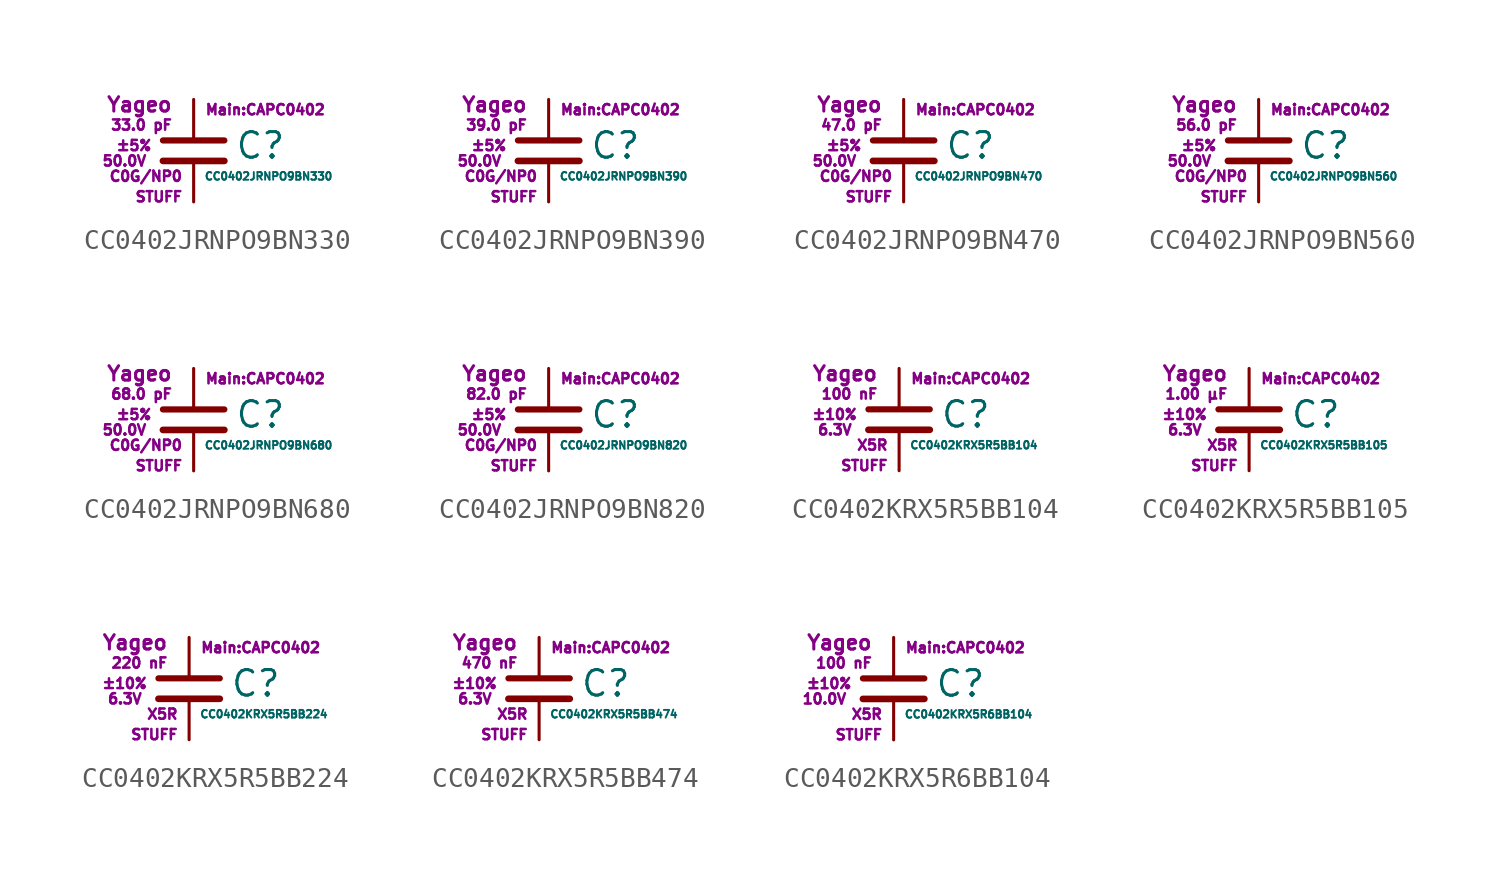
<source format=kicad_sym>
(kicad_symbol_lib
  (version 20211014)
  (generator kicad_symbol_editor)
  (symbol "CC0402JRNPO9BN330"
    (pin_numbers hide)
    (pin_names
      (offset 0.254) hide)
    (property "Reference" "C"
      (at 2.032 0.254 0)
      (effects (font (size 1.27 1.27)) (justify left)))
    (property "Value" "CC0402JRNPO9BN330"
      (at 0.508 -1.27 0)
      (effects (font (size 0.381 0.381)) (justify left)))
    (property "Footprint" "Main:CAPC0402"
      (at 3.556 2.032 0)
      (effects (font (size 0.508 0.508))))
    (property "Datasheet" ""
      (at 0.762 0.508 0)
      (effects (font (size 1.27 1.27))))
    (property "Manufacturer" "Yageo"
      (at -1.016 2.286 0)
      (effects (font (size 0.711 0.711)) (justify right)))
    (property "SKU" "STUFF"
      (at -0.508 -2.286 0)
      (effects (font (size 0.508 0.508)) (justify right)))
    (property "C" "33.0 pF"
      (at -1.016 1.27 0)
      (effects (font (size 0.508 0.508)) (justify right)))
    (property "Tol" "±5%"
      (at -2.032 0.254 0)
      (effects (font (size 0.508 0.508)) (justify right)))
    (property "Vmax" "50.0V"
      (at -2.286 -0.508 0)
      (effects (font (size 0.508 0.508)) (justify right)))
    (property "Type" "C0G/NP0"
      (at -0.508 -1.27 0)
      (effects (font (size 0.508 0.508)) (justify right)))
    (symbol "CC0402JRNPO9BN330_0_1"
      (polyline (pts (xy -1.524 -0.508) (xy 1.524 -0.508)) (stroke (width 0.33) (type default) (color 0 0 0 0)) (fill (type none)))
      (polyline (pts (xy -1.524 0.508) (xy 1.524 0.508)) (stroke (width 0.305) (type default) (color 0 0 0 0)) (fill (type none))))
    (symbol "CC0402JRNPO9BN330_1_1"
      (pin passive line (at 0 2.54 270) (length 1.905) (name "~" (effects (font (size 1.016 1.016)))) (number "1" (effects (font (size 1.016 1.016)))))
      (pin passive line (at 0 -2.54 90) (length 2.032) (name "~" (effects (font (size 1.016 1.016)))) (number "2" (effects (font (size 1.016 1.016)))))))
  (symbol "CC0402JRNPO9BN390"
    (pin_numbers hide)
    (pin_names
      (offset 0.254) hide)
    (property "Reference" "C"
      (at 2.032 0.254 0)
      (effects (font (size 1.27 1.27)) (justify left)))
    (property "Value" "CC0402JRNPO9BN390"
      (at 0.508 -1.27 0)
      (effects (font (size 0.381 0.381)) (justify left)))
    (property "Footprint" "Main:CAPC0402"
      (at 3.556 2.032 0)
      (effects (font (size 0.508 0.508))))
    (property "Datasheet" ""
      (at 0.762 0.508 0)
      (effects (font (size 1.27 1.27))))
    (property "Manufacturer" "Yageo"
      (at -1.016 2.286 0)
      (effects (font (size 0.711 0.711)) (justify right)))
    (property "SKU" "STUFF"
      (at -0.508 -2.286 0)
      (effects (font (size 0.508 0.508)) (justify right)))
    (property "C" "39.0 pF"
      (at -1.016 1.27 0)
      (effects (font (size 0.508 0.508)) (justify right)))
    (property "Tol" "±5%"
      (at -2.032 0.254 0)
      (effects (font (size 0.508 0.508)) (justify right)))
    (property "Vmax" "50.0V"
      (at -2.286 -0.508 0)
      (effects (font (size 0.508 0.508)) (justify right)))
    (property "Type" "C0G/NP0"
      (at -0.508 -1.27 0)
      (effects (font (size 0.508 0.508)) (justify right)))
    (symbol "CC0402JRNPO9BN390_0_1"
      (polyline (pts (xy -1.524 -0.508) (xy 1.524 -0.508)) (stroke (width 0.33) (type default) (color 0 0 0 0)) (fill (type none)))
      (polyline (pts (xy -1.524 0.508) (xy 1.524 0.508)) (stroke (width 0.305) (type default) (color 0 0 0 0)) (fill (type none))))
    (symbol "CC0402JRNPO9BN390_1_1"
      (pin passive line (at 0 2.54 270) (length 1.905) (name "~" (effects (font (size 1.016 1.016)))) (number "1" (effects (font (size 1.016 1.016)))))
      (pin passive line (at 0 -2.54 90) (length 2.032) (name "~" (effects (font (size 1.016 1.016)))) (number "2" (effects (font (size 1.016 1.016)))))))
  (symbol "CC0402JRNPO9BN470"
    (pin_numbers hide)
    (pin_names
      (offset 0.254) hide)
    (property "Reference" "C"
      (at 2.032 0.254 0)
      (effects (font (size 1.27 1.27)) (justify left)))
    (property "Value" "CC0402JRNPO9BN470"
      (at 0.508 -1.27 0)
      (effects (font (size 0.381 0.381)) (justify left)))
    (property "Footprint" "Main:CAPC0402"
      (at 3.556 2.032 0)
      (effects (font (size 0.508 0.508))))
    (property "Datasheet" ""
      (at 0.762 0.508 0)
      (effects (font (size 1.27 1.27))))
    (property "Manufacturer" "Yageo"
      (at -1.016 2.286 0)
      (effects (font (size 0.711 0.711)) (justify right)))
    (property "SKU" "STUFF"
      (at -0.508 -2.286 0)
      (effects (font (size 0.508 0.508)) (justify right)))
    (property "C" "47.0 pF"
      (at -1.016 1.27 0)
      (effects (font (size 0.508 0.508)) (justify right)))
    (property "Tol" "±5%"
      (at -2.032 0.254 0)
      (effects (font (size 0.508 0.508)) (justify right)))
    (property "Vmax" "50.0V"
      (at -2.286 -0.508 0)
      (effects (font (size 0.508 0.508)) (justify right)))
    (property "Type" "C0G/NP0"
      (at -0.508 -1.27 0)
      (effects (font (size 0.508 0.508)) (justify right)))
    (symbol "CC0402JRNPO9BN470_0_1"
      (polyline (pts (xy -1.524 -0.508) (xy 1.524 -0.508)) (stroke (width 0.33) (type default) (color 0 0 0 0)) (fill (type none)))
      (polyline (pts (xy -1.524 0.508) (xy 1.524 0.508)) (stroke (width 0.305) (type default) (color 0 0 0 0)) (fill (type none))))
    (symbol "CC0402JRNPO9BN470_1_1"
      (pin passive line (at 0 2.54 270) (length 1.905) (name "~" (effects (font (size 1.016 1.016)))) (number "1" (effects (font (size 1.016 1.016)))))
      (pin passive line (at 0 -2.54 90) (length 2.032) (name "~" (effects (font (size 1.016 1.016)))) (number "2" (effects (font (size 1.016 1.016)))))))
  (symbol "CC0402JRNPO9BN560"
    (pin_numbers hide)
    (pin_names
      (offset 0.254) hide)
    (property "Reference" "C"
      (at 2.032 0.254 0)
      (effects (font (size 1.27 1.27)) (justify left)))
    (property "Value" "CC0402JRNPO9BN560"
      (at 0.508 -1.27 0)
      (effects (font (size 0.381 0.381)) (justify left)))
    (property "Footprint" "Main:CAPC0402"
      (at 3.556 2.032 0)
      (effects (font (size 0.508 0.508))))
    (property "Datasheet" ""
      (at 0.762 0.508 0)
      (effects (font (size 1.27 1.27))))
    (property "Manufacturer" "Yageo"
      (at -1.016 2.286 0)
      (effects (font (size 0.711 0.711)) (justify right)))
    (property "SKU" "STUFF"
      (at -0.508 -2.286 0)
      (effects (font (size 0.508 0.508)) (justify right)))
    (property "C" "56.0 pF"
      (at -1.016 1.27 0)
      (effects (font (size 0.508 0.508)) (justify right)))
    (property "Tol" "±5%"
      (at -2.032 0.254 0)
      (effects (font (size 0.508 0.508)) (justify right)))
    (property "Vmax" "50.0V"
      (at -2.286 -0.508 0)
      (effects (font (size 0.508 0.508)) (justify right)))
    (property "Type" "C0G/NP0"
      (at -0.508 -1.27 0)
      (effects (font (size 0.508 0.508)) (justify right)))
    (symbol "CC0402JRNPO9BN560_0_1"
      (polyline (pts (xy -1.524 -0.508) (xy 1.524 -0.508)) (stroke (width 0.33) (type default) (color 0 0 0 0)) (fill (type none)))
      (polyline (pts (xy -1.524 0.508) (xy 1.524 0.508)) (stroke (width 0.305) (type default) (color 0 0 0 0)) (fill (type none))))
    (symbol "CC0402JRNPO9BN560_1_1"
      (pin passive line (at 0 2.54 270) (length 1.905) (name "~" (effects (font (size 1.016 1.016)))) (number "1" (effects (font (size 1.016 1.016)))))
      (pin passive line (at 0 -2.54 90) (length 2.032) (name "~" (effects (font (size 1.016 1.016)))) (number "2" (effects (font (size 1.016 1.016)))))))
  (symbol "CC0402JRNPO9BN680"
    (pin_numbers hide)
    (pin_names
      (offset 0.254) hide)
    (property "Reference" "C"
      (at 2.032 0.254 0)
      (effects (font (size 1.27 1.27)) (justify left)))
    (property "Value" "CC0402JRNPO9BN680"
      (at 0.508 -1.27 0)
      (effects (font (size 0.381 0.381)) (justify left)))
    (property "Footprint" "Main:CAPC0402"
      (at 3.556 2.032 0)
      (effects (font (size 0.508 0.508))))
    (property "Datasheet" ""
      (at 0.762 0.508 0)
      (effects (font (size 1.27 1.27))))
    (property "Manufacturer" "Yageo"
      (at -1.016 2.286 0)
      (effects (font (size 0.711 0.711)) (justify right)))
    (property "SKU" "STUFF"
      (at -0.508 -2.286 0)
      (effects (font (size 0.508 0.508)) (justify right)))
    (property "C" "68.0 pF"
      (at -1.016 1.27 0)
      (effects (font (size 0.508 0.508)) (justify right)))
    (property "Tol" "±5%"
      (at -2.032 0.254 0)
      (effects (font (size 0.508 0.508)) (justify right)))
    (property "Vmax" "50.0V"
      (at -2.286 -0.508 0)
      (effects (font (size 0.508 0.508)) (justify right)))
    (property "Type" "C0G/NP0"
      (at -0.508 -1.27 0)
      (effects (font (size 0.508 0.508)) (justify right)))
    (symbol "CC0402JRNPO9BN680_0_1"
      (polyline (pts (xy -1.524 -0.508) (xy 1.524 -0.508)) (stroke (width 0.33) (type default) (color 0 0 0 0)) (fill (type none)))
      (polyline (pts (xy -1.524 0.508) (xy 1.524 0.508)) (stroke (width 0.305) (type default) (color 0 0 0 0)) (fill (type none))))
    (symbol "CC0402JRNPO9BN680_1_1"
      (pin passive line (at 0 2.54 270) (length 1.905) (name "~" (effects (font (size 1.016 1.016)))) (number "1" (effects (font (size 1.016 1.016)))))
      (pin passive line (at 0 -2.54 90) (length 2.032) (name "~" (effects (font (size 1.016 1.016)))) (number "2" (effects (font (size 1.016 1.016)))))))
  (symbol "CC0402JRNPO9BN820"
    (pin_numbers hide)
    (pin_names
      (offset 0.254) hide)
    (property "Reference" "C"
      (at 2.032 0.254 0)
      (effects (font (size 1.27 1.27)) (justify left)))
    (property "Value" "CC0402JRNPO9BN820"
      (at 0.508 -1.27 0)
      (effects (font (size 0.381 0.381)) (justify left)))
    (property "Footprint" "Main:CAPC0402"
      (at 3.556 2.032 0)
      (effects (font (size 0.508 0.508))))
    (property "Datasheet" ""
      (at 0.762 0.508 0)
      (effects (font (size 1.27 1.27))))
    (property "Manufacturer" "Yageo"
      (at -1.016 2.286 0)
      (effects (font (size 0.711 0.711)) (justify right)))
    (property "SKU" "STUFF"
      (at -0.508 -2.286 0)
      (effects (font (size 0.508 0.508)) (justify right)))
    (property "C" "82.0 pF"
      (at -1.016 1.27 0)
      (effects (font (size 0.508 0.508)) (justify right)))
    (property "Tol" "±5%"
      (at -2.032 0.254 0)
      (effects (font (size 0.508 0.508)) (justify right)))
    (property "Vmax" "50.0V"
      (at -2.286 -0.508 0)
      (effects (font (size 0.508 0.508)) (justify right)))
    (property "Type" "C0G/NP0"
      (at -0.508 -1.27 0)
      (effects (font (size 0.508 0.508)) (justify right)))
    (symbol "CC0402JRNPO9BN820_0_1"
      (polyline (pts (xy -1.524 -0.508) (xy 1.524 -0.508)) (stroke (width 0.33) (type default) (color 0 0 0 0)) (fill (type none)))
      (polyline (pts (xy -1.524 0.508) (xy 1.524 0.508)) (stroke (width 0.305) (type default) (color 0 0 0 0)) (fill (type none))))
    (symbol "CC0402JRNPO9BN820_1_1"
      (pin passive line (at 0 2.54 270) (length 1.905) (name "~" (effects (font (size 1.016 1.016)))) (number "1" (effects (font (size 1.016 1.016)))))
      (pin passive line (at 0 -2.54 90) (length 2.032) (name "~" (effects (font (size 1.016 1.016)))) (number "2" (effects (font (size 1.016 1.016)))))))
  (symbol "CC0402KRX5R5BB104"
    (pin_numbers hide)
    (pin_names
      (offset 0.254) hide)
    (property "Reference" "C"
      (at 2.032 0.254 0)
      (effects (font (size 1.27 1.27)) (justify left)))
    (property "Value" "CC0402KRX5R5BB104"
      (at 0.508 -1.27 0)
      (effects (font (size 0.381 0.381)) (justify left)))
    (property "Footprint" "Main:CAPC0402"
      (at 3.556 2.032 0)
      (effects (font (size 0.508 0.508))))
    (property "Datasheet" ""
      (at 0.762 0.508 0)
      (effects (font (size 1.27 1.27))))
    (property "Manufacturer" "Yageo"
      (at -1.016 2.286 0)
      (effects (font (size 0.711 0.711)) (justify right)))
    (property "SKU" "STUFF"
      (at -0.508 -2.286 0)
      (effects (font (size 0.508 0.508)) (justify right)))
    (property "C" "100 nF"
      (at -1.016 1.27 0)
      (effects (font (size 0.508 0.508)) (justify right)))
    (property "Tol" "±10%"
      (at -2.032 0.254 0)
      (effects (font (size 0.508 0.508)) (justify right)))
    (property "Vmax" "6.3V"
      (at -2.286 -0.508 0)
      (effects (font (size 0.508 0.508)) (justify right)))
    (property "Type" "X5R"
      (at -0.508 -1.27 0)
      (effects (font (size 0.508 0.508)) (justify right)))
    (symbol "CC0402KRX5R5BB104_0_1"
      (polyline (pts (xy -1.524 -0.508) (xy 1.524 -0.508)) (stroke (width 0.33) (type default) (color 0 0 0 0)) (fill (type none)))
      (polyline (pts (xy -1.524 0.508) (xy 1.524 0.508)) (stroke (width 0.305) (type default) (color 0 0 0 0)) (fill (type none))))
    (symbol "CC0402KRX5R5BB104_1_1"
      (pin passive line (at 0 2.54 270) (length 1.905) (name "~" (effects (font (size 1.016 1.016)))) (number "1" (effects (font (size 1.016 1.016)))))
      (pin passive line (at 0 -2.54 90) (length 2.032) (name "~" (effects (font (size 1.016 1.016)))) (number "2" (effects (font (size 1.016 1.016)))))))
  (symbol "CC0402KRX5R5BB105"
    (pin_numbers hide)
    (pin_names
      (offset 0.254) hide)
    (property "Reference" "C"
      (at 2.032 0.254 0)
      (effects (font (size 1.27 1.27)) (justify left)))
    (property "Value" "CC0402KRX5R5BB105"
      (at 0.508 -1.27 0)
      (effects (font (size 0.381 0.381)) (justify left)))
    (property "Footprint" "Main:CAPC0402"
      (at 3.556 2.032 0)
      (effects (font (size 0.508 0.508))))
    (property "Datasheet" ""
      (at 0.762 0.508 0)
      (effects (font (size 1.27 1.27))))
    (property "Manufacturer" "Yageo"
      (at -1.016 2.286 0)
      (effects (font (size 0.711 0.711)) (justify right)))
    (property "SKU" "STUFF"
      (at -0.508 -2.286 0)
      (effects (font (size 0.508 0.508)) (justify right)))
    (property "C" "1.00 µF"
      (at -1.016 1.27 0)
      (effects (font (size 0.508 0.508)) (justify right)))
    (property "Tol" "±10%"
      (at -2.032 0.254 0)
      (effects (font (size 0.508 0.508)) (justify right)))
    (property "Vmax" "6.3V"
      (at -2.286 -0.508 0)
      (effects (font (size 0.508 0.508)) (justify right)))
    (property "Type" "X5R"
      (at -0.508 -1.27 0)
      (effects (font (size 0.508 0.508)) (justify right)))
    (symbol "CC0402KRX5R5BB105_0_1"
      (polyline (pts (xy -1.524 -0.508) (xy 1.524 -0.508)) (stroke (width 0.33) (type default) (color 0 0 0 0)) (fill (type none)))
      (polyline (pts (xy -1.524 0.508) (xy 1.524 0.508)) (stroke (width 0.305) (type default) (color 0 0 0 0)) (fill (type none))))
    (symbol "CC0402KRX5R5BB105_1_1"
      (pin passive line (at 0 2.54 270) (length 1.905) (name "~" (effects (font (size 1.016 1.016)))) (number "1" (effects (font (size 1.016 1.016)))))
      (pin passive line (at 0 -2.54 90) (length 2.032) (name "~" (effects (font (size 1.016 1.016)))) (number "2" (effects (font (size 1.016 1.016)))))))
  (symbol "CC0402KRX5R5BB224"
    (pin_numbers hide)
    (pin_names
      (offset 0.254) hide)
    (property "Reference" "C"
      (at 2.032 0.254 0)
      (effects (font (size 1.27 1.27)) (justify left)))
    (property "Value" "CC0402KRX5R5BB224"
      (at 0.508 -1.27 0)
      (effects (font (size 0.381 0.381)) (justify left)))
    (property "Footprint" "Main:CAPC0402"
      (at 3.556 2.032 0)
      (effects (font (size 0.508 0.508))))
    (property "Datasheet" ""
      (at 0.762 0.508 0)
      (effects (font (size 1.27 1.27))))
    (property "Manufacturer" "Yageo"
      (at -1.016 2.286 0)
      (effects (font (size 0.711 0.711)) (justify right)))
    (property "SKU" "STUFF"
      (at -0.508 -2.286 0)
      (effects (font (size 0.508 0.508)) (justify right)))
    (property "C" "220 nF"
      (at -1.016 1.27 0)
      (effects (font (size 0.508 0.508)) (justify right)))
    (property "Tol" "±10%"
      (at -2.032 0.254 0)
      (effects (font (size 0.508 0.508)) (justify right)))
    (property "Vmax" "6.3V"
      (at -2.286 -0.508 0)
      (effects (font (size 0.508 0.508)) (justify right)))
    (property "Type" "X5R"
      (at -0.508 -1.27 0)
      (effects (font (size 0.508 0.508)) (justify right)))
    (symbol "CC0402KRX5R5BB224_0_1"
      (polyline (pts (xy -1.524 -0.508) (xy 1.524 -0.508)) (stroke (width 0.33) (type default) (color 0 0 0 0)) (fill (type none)))
      (polyline (pts (xy -1.524 0.508) (xy 1.524 0.508)) (stroke (width 0.305) (type default) (color 0 0 0 0)) (fill (type none))))
    (symbol "CC0402KRX5R5BB224_1_1"
      (pin passive line (at 0 2.54 270) (length 1.905) (name "~" (effects (font (size 1.016 1.016)))) (number "1" (effects (font (size 1.016 1.016)))))
      (pin passive line (at 0 -2.54 90) (length 2.032) (name "~" (effects (font (size 1.016 1.016)))) (number "2" (effects (font (size 1.016 1.016)))))))
  (symbol "CC0402KRX5R5BB474"
    (pin_numbers hide)
    (pin_names
      (offset 0.254) hide)
    (property "Reference" "C"
      (at 2.032 0.254 0)
      (effects (font (size 1.27 1.27)) (justify left)))
    (property "Value" "CC0402KRX5R5BB474"
      (at 0.508 -1.27 0)
      (effects (font (size 0.381 0.381)) (justify left)))
    (property "Footprint" "Main:CAPC0402"
      (at 3.556 2.032 0)
      (effects (font (size 0.508 0.508))))
    (property "Datasheet" ""
      (at 0.762 0.508 0)
      (effects (font (size 1.27 1.27))))
    (property "Manufacturer" "Yageo"
      (at -1.016 2.286 0)
      (effects (font (size 0.711 0.711)) (justify right)))
    (property "SKU" "STUFF"
      (at -0.508 -2.286 0)
      (effects (font (size 0.508 0.508)) (justify right)))
    (property "C" "470 nF"
      (at -1.016 1.27 0)
      (effects (font (size 0.508 0.508)) (justify right)))
    (property "Tol" "±10%"
      (at -2.032 0.254 0)
      (effects (font (size 0.508 0.508)) (justify right)))
    (property "Vmax" "6.3V"
      (at -2.286 -0.508 0)
      (effects (font (size 0.508 0.508)) (justify right)))
    (property "Type" "X5R"
      (at -0.508 -1.27 0)
      (effects (font (size 0.508 0.508)) (justify right)))
    (symbol "CC0402KRX5R5BB474_0_1"
      (polyline (pts (xy -1.524 -0.508) (xy 1.524 -0.508)) (stroke (width 0.33) (type default) (color 0 0 0 0)) (fill (type none)))
      (polyline (pts (xy -1.524 0.508) (xy 1.524 0.508)) (stroke (width 0.305) (type default) (color 0 0 0 0)) (fill (type none))))
    (symbol "CC0402KRX5R5BB474_1_1"
      (pin passive line (at 0 2.54 270) (length 1.905) (name "~" (effects (font (size 1.016 1.016)))) (number "1" (effects (font (size 1.016 1.016)))))
      (pin passive line (at 0 -2.54 90) (length 2.032) (name "~" (effects (font (size 1.016 1.016)))) (number "2" (effects (font (size 1.016 1.016)))))))
  (symbol "CC0402KRX5R6BB104"
    (pin_numbers hide)
    (pin_names
      (offset 0.254) hide)
    (property "Reference" "C"
      (at 2.032 0.254 0)
      (effects (font (size 1.27 1.27)) (justify left)))
    (property "Value" "CC0402KRX5R6BB104"
      (at 0.508 -1.27 0)
      (effects (font (size 0.381 0.381)) (justify left)))
    (property "Footprint" "Main:CAPC0402"
      (at 3.556 2.032 0)
      (effects (font (size 0.508 0.508))))
    (property "Datasheet" ""
      (at 0.762 0.508 0)
      (effects (font (size 1.27 1.27))))
    (property "Manufacturer" "Yageo"
      (at -1.016 2.286 0)
      (effects (font (size 0.711 0.711)) (justify right)))
    (property "SKU" "STUFF"
      (at -0.508 -2.286 0)
      (effects (font (size 0.508 0.508)) (justify right)))
    (property "C" "100 nF"
      (at -1.016 1.27 0)
      (effects (font (size 0.508 0.508)) (justify right)))
    (property "Tol" "±10%"
      (at -2.032 0.254 0)
      (effects (font (size 0.508 0.508)) (justify right)))
    (property "Vmax" "10.0V"
      (at -2.286 -0.508 0)
      (effects (font (size 0.508 0.508)) (justify right)))
    (property "Type" "X5R"
      (at -0.508 -1.27 0)
      (effects (font (size 0.508 0.508)) (justify right)))
    (symbol "CC0402KRX5R6BB104_0_1"
      (polyline (pts (xy -1.524 -0.508) (xy 1.524 -0.508)) (stroke (width 0.33) (type default) (color 0 0 0 0)) (fill (type none)))
      (polyline (pts (xy -1.524 0.508) (xy 1.524 0.508)) (stroke (width 0.305) (type default) (color 0 0 0 0)) (fill (type none))))
    (symbol "CC0402KRX5R6BB104_1_1"
      (pin passive line (at 0 2.54 270) (length 1.905) (name "~" (effects (font (size 1.016 1.016)))) (number "1" (effects (font (size 1.016 1.016)))))
      (pin passive line (at 0 -2.54 90) (length 2.032) (name "~" (effects (font (size 1.016 1.016)))) (number "2" (effects (font (size 1.016 1.016))))))))
</source>
